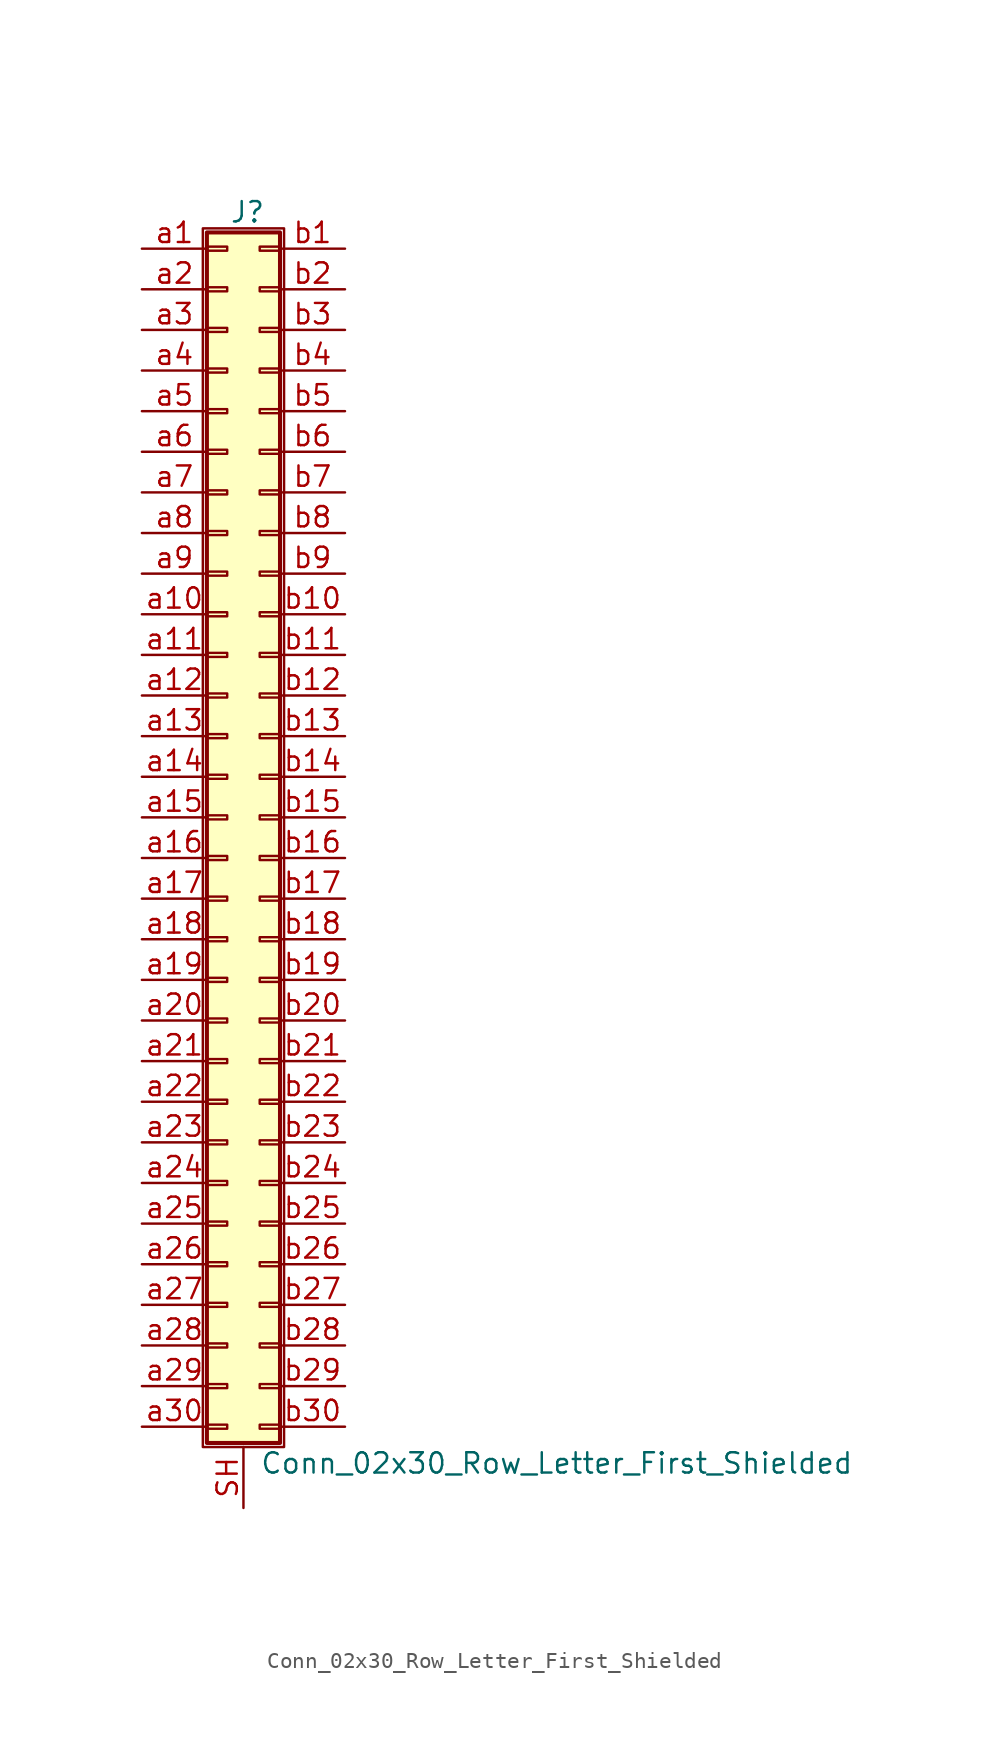
<source format=kicad_sym>
(kicad_symbol_lib
  (version 20220914)
  (generator kicad_symbol_editor)
  (symbol "Conn_02x30_Row_Letter_First_Shielded"
    (pin_names
      (offset 1.016) hide)
    (property "Reference" "J"
      (at 1.524 37.846 0)
      (effects (font (size 1.27 1.27))))
    (property "Value" "Conn_02x30_Row_Letter_First_Shielded"
      (at 2.286 -40.386 0)
      (effects (font (size 1.27 1.27)) (justify left)))
    (symbol "Conn_02x30_Row_Letter_First_Shielded_1_1"
      (rectangle (start -1.27 36.83) (end 3.81 -39.37) (stroke (width 0.152) (type default)) (fill (type none)))
      (rectangle (start -1.016 -37.973) (end 0.254 -38.227) (stroke (width 0.152) (type default)) (fill (type none)))
      (rectangle (start -1.016 -35.433) (end 0.254 -35.687) (stroke (width 0.152) (type default)) (fill (type none)))
      (rectangle (start -1.016 -32.893) (end 0.254 -33.147) (stroke (width 0.152) (type default)) (fill (type none)))
      (rectangle (start -1.016 -30.353) (end 0.254 -30.607) (stroke (width 0.152) (type default)) (fill (type none)))
      (rectangle (start -1.016 -27.813) (end 0.254 -28.067) (stroke (width 0.152) (type default)) (fill (type none)))
      (rectangle (start -1.016 -25.273) (end 0.254 -25.527) (stroke (width 0.152) (type default)) (fill (type none)))
      (rectangle (start -1.016 -22.733) (end 0.254 -22.987) (stroke (width 0.152) (type default)) (fill (type none)))
      (rectangle (start -1.016 -20.193) (end 0.254 -20.447) (stroke (width 0.152) (type default)) (fill (type none)))
      (rectangle (start -1.016 -17.653) (end 0.254 -17.907) (stroke (width 0.152) (type default)) (fill (type none)))
      (rectangle (start -1.016 -15.113) (end 0.254 -15.367) (stroke (width 0.152) (type default)) (fill (type none)))
      (rectangle (start -1.016 -12.573) (end 0.254 -12.827) (stroke (width 0.152) (type default)) (fill (type none)))
      (rectangle (start -1.016 -10.033) (end 0.254 -10.287) (stroke (width 0.152) (type default)) (fill (type none)))
      (rectangle (start -1.016 -7.493) (end 0.254 -7.747) (stroke (width 0.152) (type default)) (fill (type none)))
      (rectangle (start -1.016 -4.953) (end 0.254 -5.207) (stroke (width 0.152) (type default)) (fill (type none)))
      (rectangle (start -1.016 -2.413) (end 0.254 -2.667) (stroke (width 0.152) (type default)) (fill (type none)))
      (rectangle (start -1.016 0.127) (end 0.254 -0.127) (stroke (width 0.152) (type default)) (fill (type none)))
      (rectangle (start -1.016 2.667) (end 0.254 2.413) (stroke (width 0.152) (type default)) (fill (type none)))
      (rectangle (start -1.016 5.207) (end 0.254 4.953) (stroke (width 0.152) (type default)) (fill (type none)))
      (rectangle (start -1.016 7.747) (end 0.254 7.493) (stroke (width 0.152) (type default)) (fill (type none)))
      (rectangle (start -1.016 10.287) (end 0.254 10.033) (stroke (width 0.152) (type default)) (fill (type none)))
      (rectangle (start -1.016 12.827) (end 0.254 12.573) (stroke (width 0.152) (type default)) (fill (type none)))
      (rectangle (start -1.016 15.367) (end 0.254 15.113) (stroke (width 0.152) (type default)) (fill (type none)))
      (rectangle (start -1.016 17.907) (end 0.254 17.653) (stroke (width 0.152) (type default)) (fill (type none)))
      (rectangle (start -1.016 20.447) (end 0.254 20.193) (stroke (width 0.152) (type default)) (fill (type none)))
      (rectangle (start -1.016 22.987) (end 0.254 22.733) (stroke (width 0.152) (type default)) (fill (type none)))
      (rectangle (start -1.016 25.527) (end 0.254 25.273) (stroke (width 0.152) (type default)) (fill (type none)))
      (rectangle (start -1.016 28.067) (end 0.254 27.813) (stroke (width 0.152) (type default)) (fill (type none)))
      (rectangle (start -1.016 30.607) (end 0.254 30.353) (stroke (width 0.152) (type default)) (fill (type none)))
      (rectangle (start -1.016 33.147) (end 0.254 32.893) (stroke (width 0.152) (type default)) (fill (type none)))
      (rectangle (start -1.016 35.687) (end 0.254 35.433) (stroke (width 0.152) (type default)) (fill (type none)))
      (rectangle (start -1.016 36.576) (end 3.556 -39.116) (stroke (width 0.254) (type default)) (fill (type background)))
      (rectangle (start 3.556 -37.973) (end 2.286 -38.227) (stroke (width 0.152) (type default)) (fill (type none)))
      (rectangle (start 3.556 -35.433) (end 2.286 -35.687) (stroke (width 0.152) (type default)) (fill (type none)))
      (rectangle (start 3.556 -32.893) (end 2.286 -33.147) (stroke (width 0.152) (type default)) (fill (type none)))
      (rectangle (start 3.556 -30.353) (end 2.286 -30.607) (stroke (width 0.152) (type default)) (fill (type none)))
      (rectangle (start 3.556 -27.813) (end 2.286 -28.067) (stroke (width 0.152) (type default)) (fill (type none)))
      (rectangle (start 3.556 -25.273) (end 2.286 -25.527) (stroke (width 0.152) (type default)) (fill (type none)))
      (rectangle (start 3.556 -22.733) (end 2.286 -22.987) (stroke (width 0.152) (type default)) (fill (type none)))
      (rectangle (start 3.556 -20.193) (end 2.286 -20.447) (stroke (width 0.152) (type default)) (fill (type none)))
      (rectangle (start 3.556 -17.653) (end 2.286 -17.907) (stroke (width 0.152) (type default)) (fill (type none)))
      (rectangle (start 3.556 -15.113) (end 2.286 -15.367) (stroke (width 0.152) (type default)) (fill (type none)))
      (rectangle (start 3.556 -12.573) (end 2.286 -12.827) (stroke (width 0.152) (type default)) (fill (type none)))
      (rectangle (start 3.556 -10.033) (end 2.286 -10.287) (stroke (width 0.152) (type default)) (fill (type none)))
      (rectangle (start 3.556 -7.493) (end 2.286 -7.747) (stroke (width 0.152) (type default)) (fill (type none)))
      (rectangle (start 3.556 -4.953) (end 2.286 -5.207) (stroke (width 0.152) (type default)) (fill (type none)))
      (rectangle (start 3.556 -2.413) (end 2.286 -2.667) (stroke (width 0.152) (type default)) (fill (type none)))
      (rectangle (start 3.556 0.127) (end 2.286 -0.127) (stroke (width 0.152) (type default)) (fill (type none)))
      (rectangle (start 3.556 2.667) (end 2.286 2.413) (stroke (width 0.152) (type default)) (fill (type none)))
      (rectangle (start 3.556 5.207) (end 2.286 4.953) (stroke (width 0.152) (type default)) (fill (type none)))
      (rectangle (start 3.556 7.747) (end 2.286 7.493) (stroke (width 0.152) (type default)) (fill (type none)))
      (rectangle (start 3.556 10.287) (end 2.286 10.033) (stroke (width 0.152) (type default)) (fill (type none)))
      (rectangle (start 3.556 12.827) (end 2.286 12.573) (stroke (width 0.152) (type default)) (fill (type none)))
      (rectangle (start 3.556 15.367) (end 2.286 15.113) (stroke (width 0.152) (type default)) (fill (type none)))
      (rectangle (start 3.556 17.907) (end 2.286 17.653) (stroke (width 0.152) (type default)) (fill (type none)))
      (rectangle (start 3.556 20.447) (end 2.286 20.193) (stroke (width 0.152) (type default)) (fill (type none)))
      (rectangle (start 3.556 22.987) (end 2.286 22.733) (stroke (width 0.152) (type default)) (fill (type none)))
      (rectangle (start 3.556 25.527) (end 2.286 25.273) (stroke (width 0.152) (type default)) (fill (type none)))
      (rectangle (start 3.556 28.067) (end 2.286 27.813) (stroke (width 0.152) (type default)) (fill (type none)))
      (rectangle (start 3.556 30.607) (end 2.286 30.353) (stroke (width 0.152) (type default)) (fill (type none)))
      (rectangle (start 3.556 33.147) (end 2.286 32.893) (stroke (width 0.152) (type default)) (fill (type none)))
      (rectangle (start 3.556 35.687) (end 2.286 35.433) (stroke (width 0.152) (type default)) (fill (type none)))
      (pin passive line (at 1.27 -43.18 90) (length 3.81) (name "Shield" (effects (font (size 1.27 1.27)))) (number "SH" (effects (font (size 1.27 1.27)))))
      (pin passive line (at -5.08 35.56 0) (length 4.064) (name "Pin_a1" (effects (font (size 1.27 1.27)))) (number "a1" (effects (font (size 1.27 1.27)))))
      (pin passive line (at -5.08 12.7 0) (length 4.064) (name "Pin_a10" (effects (font (size 1.27 1.27)))) (number "a10" (effects (font (size 1.27 1.27)))))
      (pin passive line (at -5.08 10.16 0) (length 4.064) (name "Pin_a11" (effects (font (size 1.27 1.27)))) (number "a11" (effects (font (size 1.27 1.27)))))
      (pin passive line (at -5.08 7.62 0) (length 4.064) (name "Pin_a12" (effects (font (size 1.27 1.27)))) (number "a12" (effects (font (size 1.27 1.27)))))
      (pin passive line (at -5.08 5.08 0) (length 4.064) (name "Pin_a13" (effects (font (size 1.27 1.27)))) (number "a13" (effects (font (size 1.27 1.27)))))
      (pin passive line (at -5.08 2.54 0) (length 4.064) (name "Pin_a14" (effects (font (size 1.27 1.27)))) (number "a14" (effects (font (size 1.27 1.27)))))
      (pin passive line (at -5.08 0 0) (length 4.064) (name "Pin_a15" (effects (font (size 1.27 1.27)))) (number "a15" (effects (font (size 1.27 1.27)))))
      (pin passive line (at -5.08 -2.54 0) (length 4.064) (name "Pin_a16" (effects (font (size 1.27 1.27)))) (number "a16" (effects (font (size 1.27 1.27)))))
      (pin passive line (at -5.08 -5.08 0) (length 4.064) (name "Pin_a17" (effects (font (size 1.27 1.27)))) (number "a17" (effects (font (size 1.27 1.27)))))
      (pin passive line (at -5.08 -7.62 0) (length 4.064) (name "Pin_a18" (effects (font (size 1.27 1.27)))) (number "a18" (effects (font (size 1.27 1.27)))))
      (pin passive line (at -5.08 -10.16 0) (length 4.064) (name "Pin_a19" (effects (font (size 1.27 1.27)))) (number "a19" (effects (font (size 1.27 1.27)))))
      (pin passive line (at -5.08 33.02 0) (length 4.064) (name "Pin_a2" (effects (font (size 1.27 1.27)))) (number "a2" (effects (font (size 1.27 1.27)))))
      (pin passive line (at -5.08 -12.7 0) (length 4.064) (name "Pin_a20" (effects (font (size 1.27 1.27)))) (number "a20" (effects (font (size 1.27 1.27)))))
      (pin passive line (at -5.08 -15.24 0) (length 4.064) (name "Pin_a21" (effects (font (size 1.27 1.27)))) (number "a21" (effects (font (size 1.27 1.27)))))
      (pin passive line (at -5.08 -17.78 0) (length 4.064) (name "Pin_a22" (effects (font (size 1.27 1.27)))) (number "a22" (effects (font (size 1.27 1.27)))))
      (pin passive line (at -5.08 -20.32 0) (length 4.064) (name "Pin_a23" (effects (font (size 1.27 1.27)))) (number "a23" (effects (font (size 1.27 1.27)))))
      (pin passive line (at -5.08 -22.86 0) (length 4.064) (name "Pin_a24" (effects (font (size 1.27 1.27)))) (number "a24" (effects (font (size 1.27 1.27)))))
      (pin passive line (at -5.08 -25.4 0) (length 4.064) (name "Pin_a25" (effects (font (size 1.27 1.27)))) (number "a25" (effects (font (size 1.27 1.27)))))
      (pin passive line (at -5.08 -27.94 0) (length 4.064) (name "Pin_a26" (effects (font (size 1.27 1.27)))) (number "a26" (effects (font (size 1.27 1.27)))))
      (pin passive line (at -5.08 -30.48 0) (length 4.064) (name "Pin_a27" (effects (font (size 1.27 1.27)))) (number "a27" (effects (font (size 1.27 1.27)))))
      (pin passive line (at -5.08 -33.02 0) (length 4.064) (name "Pin_a28" (effects (font (size 1.27 1.27)))) (number "a28" (effects (font (size 1.27 1.27)))))
      (pin passive line (at -5.08 -35.56 0) (length 4.064) (name "Pin_a29" (effects (font (size 1.27 1.27)))) (number "a29" (effects (font (size 1.27 1.27)))))
      (pin passive line (at -5.08 30.48 0) (length 4.064) (name "Pin_a3" (effects (font (size 1.27 1.27)))) (number "a3" (effects (font (size 1.27 1.27)))))
      (pin passive line (at -5.08 -38.1 0) (length 4.064) (name "Pin_a30" (effects (font (size 1.27 1.27)))) (number "a30" (effects (font (size 1.27 1.27)))))
      (pin passive line (at -5.08 27.94 0) (length 4.064) (name "Pin_a4" (effects (font (size 1.27 1.27)))) (number "a4" (effects (font (size 1.27 1.27)))))
      (pin passive line (at -5.08 25.4 0) (length 4.064) (name "Pin_a5" (effects (font (size 1.27 1.27)))) (number "a5" (effects (font (size 1.27 1.27)))))
      (pin passive line (at -5.08 22.86 0) (length 4.064) (name "Pin_a6" (effects (font (size 1.27 1.27)))) (number "a6" (effects (font (size 1.27 1.27)))))
      (pin passive line (at -5.08 20.32 0) (length 4.064) (name "Pin_a7" (effects (font (size 1.27 1.27)))) (number "a7" (effects (font (size 1.27 1.27)))))
      (pin passive line (at -5.08 17.78 0) (length 4.064) (name "Pin_a8" (effects (font (size 1.27 1.27)))) (number "a8" (effects (font (size 1.27 1.27)))))
      (pin passive line (at -5.08 15.24 0) (length 4.064) (name "Pin_a9" (effects (font (size 1.27 1.27)))) (number "a9" (effects (font (size 1.27 1.27)))))
      (pin passive line (at 7.62 35.56 180) (length 4.064) (name "Pin_b1" (effects (font (size 1.27 1.27)))) (number "b1" (effects (font (size 1.27 1.27)))))
      (pin passive line (at 7.62 12.7 180) (length 4.064) (name "Pin_b10" (effects (font (size 1.27 1.27)))) (number "b10" (effects (font (size 1.27 1.27)))))
      (pin passive line (at 7.62 10.16 180) (length 4.064) (name "Pin_b11" (effects (font (size 1.27 1.27)))) (number "b11" (effects (font (size 1.27 1.27)))))
      (pin passive line (at 7.62 7.62 180) (length 4.064) (name "Pin_b12" (effects (font (size 1.27 1.27)))) (number "b12" (effects (font (size 1.27 1.27)))))
      (pin passive line (at 7.62 5.08 180) (length 4.064) (name "Pin_b13" (effects (font (size 1.27 1.27)))) (number "b13" (effects (font (size 1.27 1.27)))))
      (pin passive line (at 7.62 2.54 180) (length 4.064) (name "Pin_b14" (effects (font (size 1.27 1.27)))) (number "b14" (effects (font (size 1.27 1.27)))))
      (pin passive line (at 7.62 0 180) (length 4.064) (name "Pin_b15" (effects (font (size 1.27 1.27)))) (number "b15" (effects (font (size 1.27 1.27)))))
      (pin passive line (at 7.62 -2.54 180) (length 4.064) (name "Pin_b16" (effects (font (size 1.27 1.27)))) (number "b16" (effects (font (size 1.27 1.27)))))
      (pin passive line (at 7.62 -5.08 180) (length 4.064) (name "Pin_b17" (effects (font (size 1.27 1.27)))) (number "b17" (effects (font (size 1.27 1.27)))))
      (pin passive line (at 7.62 -7.62 180) (length 4.064) (name "Pin_b18" (effects (font (size 1.27 1.27)))) (number "b18" (effects (font (size 1.27 1.27)))))
      (pin passive line (at 7.62 -10.16 180) (length 4.064) (name "Pin_b19" (effects (font (size 1.27 1.27)))) (number "b19" (effects (font (size 1.27 1.27)))))
      (pin passive line (at 7.62 33.02 180) (length 4.064) (name "Pin_b2" (effects (font (size 1.27 1.27)))) (number "b2" (effects (font (size 1.27 1.27)))))
      (pin passive line (at 7.62 -12.7 180) (length 4.064) (name "Pin_b20" (effects (font (size 1.27 1.27)))) (number "b20" (effects (font (size 1.27 1.27)))))
      (pin passive line (at 7.62 -15.24 180) (length 4.064) (name "Pin_b21" (effects (font (size 1.27 1.27)))) (number "b21" (effects (font (size 1.27 1.27)))))
      (pin passive line (at 7.62 -17.78 180) (length 4.064) (name "Pin_b22" (effects (font (size 1.27 1.27)))) (number "b22" (effects (font (size 1.27 1.27)))))
      (pin passive line (at 7.62 -20.32 180) (length 4.064) (name "Pin_b23" (effects (font (size 1.27 1.27)))) (number "b23" (effects (font (size 1.27 1.27)))))
      (pin passive line (at 7.62 -22.86 180) (length 4.064) (name "Pin_b24" (effects (font (size 1.27 1.27)))) (number "b24" (effects (font (size 1.27 1.27)))))
      (pin passive line (at 7.62 -25.4 180) (length 4.064) (name "Pin_b25" (effects (font (size 1.27 1.27)))) (number "b25" (effects (font (size 1.27 1.27)))))
      (pin passive line (at 7.62 -27.94 180) (length 4.064) (name "Pin_b26" (effects (font (size 1.27 1.27)))) (number "b26" (effects (font (size 1.27 1.27)))))
      (pin passive line (at 7.62 -30.48 180) (length 4.064) (name "Pin_b27" (effects (font (size 1.27 1.27)))) (number "b27" (effects (font (size 1.27 1.27)))))
      (pin passive line (at 7.62 -33.02 180) (length 4.064) (name "Pin_b28" (effects (font (size 1.27 1.27)))) (number "b28" (effects (font (size 1.27 1.27)))))
      (pin passive line (at 7.62 -35.56 180) (length 4.064) (name "Pin_b29" (effects (font (size 1.27 1.27)))) (number "b29" (effects (font (size 1.27 1.27)))))
      (pin passive line (at 7.62 30.48 180) (length 4.064) (name "Pin_b3" (effects (font (size 1.27 1.27)))) (number "b3" (effects (font (size 1.27 1.27)))))
      (pin passive line (at 7.62 -38.1 180) (length 4.064) (name "Pin_b30" (effects (font (size 1.27 1.27)))) (number "b30" (effects (font (size 1.27 1.27)))))
      (pin passive line (at 7.62 27.94 180) (length 4.064) (name "Pin_b4" (effects (font (size 1.27 1.27)))) (number "b4" (effects (font (size 1.27 1.27)))))
      (pin passive line (at 7.62 25.4 180) (length 4.064) (name "Pin_b5" (effects (font (size 1.27 1.27)))) (number "b5" (effects (font (size 1.27 1.27)))))
      (pin passive line (at 7.62 22.86 180) (length 4.064) (name "Pin_b6" (effects (font (size 1.27 1.27)))) (number "b6" (effects (font (size 1.27 1.27)))))
      (pin passive line (at 7.62 20.32 180) (length 4.064) (name "Pin_b7" (effects (font (size 1.27 1.27)))) (number "b7" (effects (font (size 1.27 1.27)))))
      (pin passive line (at 7.62 17.78 180) (length 4.064) (name "Pin_b8" (effects (font (size 1.27 1.27)))) (number "b8" (effects (font (size 1.27 1.27)))))
      (pin passive line (at 7.62 15.24 180) (length 4.064) (name "Pin_b9" (effects (font (size 1.27 1.27)))) (number "b9" (effects (font (size 1.27 1.27))))))))
</source>
